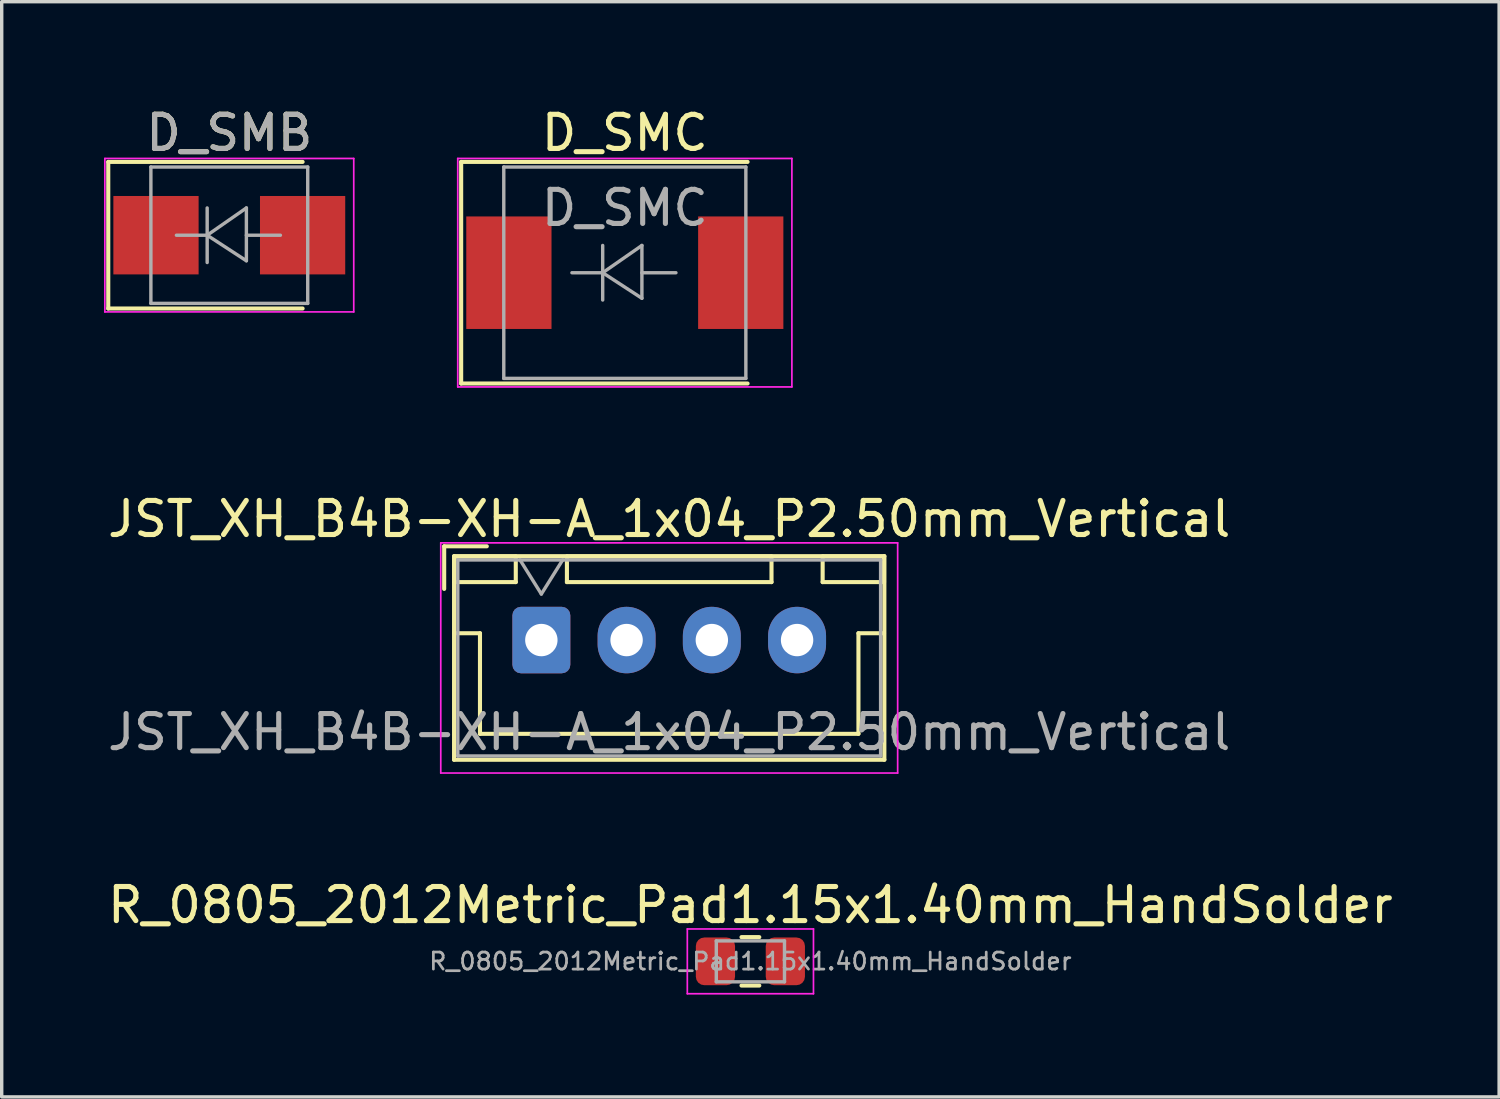
<source format=kicad_pcb>
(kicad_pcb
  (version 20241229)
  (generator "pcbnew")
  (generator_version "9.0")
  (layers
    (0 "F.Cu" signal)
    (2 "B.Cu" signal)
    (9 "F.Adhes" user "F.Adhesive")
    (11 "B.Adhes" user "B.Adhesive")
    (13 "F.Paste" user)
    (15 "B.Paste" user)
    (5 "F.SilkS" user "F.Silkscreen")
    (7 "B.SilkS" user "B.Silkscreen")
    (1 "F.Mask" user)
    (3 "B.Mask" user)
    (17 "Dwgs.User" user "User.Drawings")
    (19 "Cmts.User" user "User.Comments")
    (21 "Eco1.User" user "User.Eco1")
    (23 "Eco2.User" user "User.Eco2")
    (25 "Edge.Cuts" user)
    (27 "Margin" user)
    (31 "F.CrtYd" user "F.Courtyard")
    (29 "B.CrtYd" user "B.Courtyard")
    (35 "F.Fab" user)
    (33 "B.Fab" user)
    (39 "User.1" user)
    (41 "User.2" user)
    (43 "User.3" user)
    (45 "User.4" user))
  (footprint "D_SMC"
    (layer "F.Cu")
    (at 15.275 4.948)
    (property "Reference" "D_SMC" (at 0 -4.1 0) (layer "F.SilkS") (effects (font (size 1 1) (thickness 0.15))))
    (attr smd)
    (fp_line (start -4.8 -3.25) (end 3.6 -3.25) (stroke (width 0.12) (type solid)) (layer "F.SilkS"))
    (fp_line (start -4.8 3.25) (end -4.8 -3.25) (stroke (width 0.12) (type solid)) (layer "F.SilkS"))
    (fp_line (start -4.8 3.25) (end 3.6 3.25) (stroke (width 0.12) (type solid)) (layer "F.SilkS"))
    (fp_line (start -4.9 -3.35) (end 4.9 -3.35) (stroke (width 0.05) (type solid)) (layer "F.CrtYd"))
    (fp_line (start -4.9 3.35) (end -4.9 -3.35) (stroke (width 0.05) (type solid)) (layer "F.CrtYd"))
    (fp_line (start 4.9 -3.35) (end 4.9 3.35) (stroke (width 0.05) (type solid)) (layer "F.CrtYd"))
    (fp_line (start 4.9 3.35) (end -4.9 3.35) (stroke (width 0.05) (type solid)) (layer "F.CrtYd"))
    (fp_line (start -3.55 3.1) (end -3.55 -3.1) (stroke (width 0.1) (type solid)) (layer "F.Fab"))
    (fp_line (start -0.649 -0.799) (end -0.649 0.801) (stroke (width 0.1) (type solid)) (layer "F.Fab"))
    (fp_line (start -0.649 0.001) (end -1.551 0.001) (stroke (width 0.1) (type solid)) (layer "F.Fab"))
    (fp_line (start -0.649 0.001) (end 0.501 -0.799) (stroke (width 0.1) (type solid)) (layer "F.Fab"))
    (fp_line (start -0.649 0.001) (end 0.501 0.75) (stroke (width 0.1) (type solid)) (layer "F.Fab"))
    (fp_line (start 0.501 0.001) (end 1.499 0.001) (stroke (width 0.1) (type solid)) (layer "F.Fab"))
    (fp_line (start 0.501 0.75) (end 0.501 -0.799) (stroke (width 0.1) (type solid)) (layer "F.Fab"))
    (fp_line (start 3.55 -3.1) (end -3.55 -3.1) (stroke (width 0.1) (type solid)) (layer "F.Fab"))
    (fp_line (start 3.55 -3.1) (end 3.55 3.1) (stroke (width 0.1) (type solid)) (layer "F.Fab"))
    (fp_line (start 3.55 3.1) (end -3.55 3.1) (stroke (width 0.1) (type solid)) (layer "F.Fab"))
    (fp_text user "${REFERENCE}" (at 0 -1.9 0) (layer "F.Fab") (effects (font (size 1 1) (thickness 0.15))))
    (pad "1" smd rect (at -3.4 0 90) (size 3.3 2.5) (layers "F.Cu" "F.Mask" "F.Paste"))
    (pad "2" smd rect (at 3.4 0 90) (size 3.3 2.5) (layers "F.Cu" "F.Mask" "F.Paste")))
  (footprint "JST_XH_B4B-XH-A_1x04_P2.50mm_Vertical"
    (layer "F.Cu")
    (at 12.827 15.722)
    (property "Reference" "JST_XH_B4B-XH-A_1x04_P2.50mm_Vertical" (at 3.75 -3.55 0) (layer "F.SilkS") (effects (font (size 1 1) (thickness 0.15))))
    (attr through_hole)
    (fp_line (start -2.85 -2.75) (end -2.85 -1.5) (stroke (width 0.12) (type solid)) (layer "F.SilkS"))
    (fp_line (start -2.56 -2.46) (end -2.56 3.51) (stroke (width 0.12) (type solid)) (layer "F.SilkS"))
    (fp_line (start -2.56 3.51) (end 10.06 3.51) (stroke (width 0.12) (type solid)) (layer "F.SilkS"))
    (fp_line (start -2.55 -2.45) (end -2.55 -1.7) (stroke (width 0.12) (type solid)) (layer "F.SilkS"))
    (fp_line (start -2.55 -1.7) (end -0.75 -1.7) (stroke (width 0.12) (type solid)) (layer "F.SilkS"))
    (fp_line (start -2.55 -0.2) (end -1.8 -0.2) (stroke (width 0.12) (type solid)) (layer "F.SilkS"))
    (fp_line (start -1.8 -0.2) (end -1.8 2.75) (stroke (width 0.12) (type solid)) (layer "F.SilkS"))
    (fp_line (start -1.8 2.75) (end 3.75 2.75) (stroke (width 0.12) (type solid)) (layer "F.SilkS"))
    (fp_line (start -1.6 -2.75) (end -2.85 -2.75) (stroke (width 0.12) (type solid)) (layer "F.SilkS"))
    (fp_line (start -0.75 -2.45) (end -2.55 -2.45) (stroke (width 0.12) (type solid)) (layer "F.SilkS"))
    (fp_line (start -0.75 -1.7) (end -0.75 -2.45) (stroke (width 0.12) (type solid)) (layer "F.SilkS"))
    (fp_line (start 0.75 -2.45) (end 0.75 -1.7) (stroke (width 0.12) (type solid)) (layer "F.SilkS"))
    (fp_line (start 0.75 -1.7) (end 6.75 -1.7) (stroke (width 0.12) (type solid)) (layer "F.SilkS"))
    (fp_line (start 6.75 -2.45) (end 0.75 -2.45) (stroke (width 0.12) (type solid)) (layer "F.SilkS"))
    (fp_line (start 6.75 -1.7) (end 6.75 -2.45) (stroke (width 0.12) (type solid)) (layer "F.SilkS"))
    (fp_line (start 8.25 -2.45) (end 8.25 -1.7) (stroke (width 0.12) (type solid)) (layer "F.SilkS"))
    (fp_line (start 8.25 -1.7) (end 10.05 -1.7) (stroke (width 0.12) (type solid)) (layer "F.SilkS"))
    (fp_line (start 9.3 -0.2) (end 9.3 2.75) (stroke (width 0.12) (type solid)) (layer "F.SilkS"))
    (fp_line (start 9.3 2.75) (end 3.75 2.75) (stroke (width 0.12) (type solid)) (layer "F.SilkS"))
    (fp_line (start 10.05 -2.45) (end 8.25 -2.45) (stroke (width 0.12) (type solid)) (layer "F.SilkS"))
    (fp_line (start 10.05 -1.7) (end 10.05 -2.45) (stroke (width 0.12) (type solid)) (layer "F.SilkS"))
    (fp_line (start 10.05 -0.2) (end 9.3 -0.2) (stroke (width 0.12) (type solid)) (layer "F.SilkS"))
    (fp_line (start 10.06 -2.46) (end -2.56 -2.46) (stroke (width 0.12) (type solid)) (layer "F.SilkS"))
    (fp_line (start 10.06 3.51) (end 10.06 -2.46) (stroke (width 0.12) (type solid)) (layer "F.SilkS"))
    (fp_line (start -2.95 -2.85) (end -2.95 3.9) (stroke (width 0.05) (type solid)) (layer "F.CrtYd"))
    (fp_line (start -2.95 3.9) (end 10.45 3.9) (stroke (width 0.05) (type solid)) (layer "F.CrtYd"))
    (fp_line (start 10.45 -2.85) (end -2.95 -2.85) (stroke (width 0.05) (type solid)) (layer "F.CrtYd"))
    (fp_line (start 10.45 3.9) (end 10.45 -2.85) (stroke (width 0.05) (type solid)) (layer "F.CrtYd"))
    (fp_line (start -2.45 -2.35) (end -2.45 3.4) (stroke (width 0.1) (type solid)) (layer "F.Fab"))
    (fp_line (start -2.45 3.4) (end 9.95 3.4) (stroke (width 0.1) (type solid)) (layer "F.Fab"))
    (fp_line (start -0.625 -2.35) (end 0 -1.35) (stroke (width 0.1) (type solid)) (layer "F.Fab"))
    (fp_line (start 0 -1.35) (end 0.625 -2.35) (stroke (width 0.1) (type solid)) (layer "F.Fab"))
    (fp_line (start 9.95 -2.35) (end -2.45 -2.35) (stroke (width 0.1) (type solid)) (layer "F.Fab"))
    (fp_line (start 9.95 3.4) (end 9.95 -2.35) (stroke (width 0.1) (type solid)) (layer "F.Fab"))
    (fp_text user "${REFERENCE}" (at 3.75 2.7 0) (layer "F.Fab") (effects (font (size 1 1) (thickness 0.15))))
    (pad "1" thru_hole roundrect (at 0 0) (size 1.7 1.95) (drill 0.95) (layers "*.Cu" "*.Mask") (roundrect_rratio 0.147))
    (pad "2" thru_hole oval (at 2.5 0) (size 1.7 1.95) (drill 0.95) (layers "*.Cu" "*.Mask"))
    (pad "3" thru_hole oval (at 5 0) (size 1.7 1.95) (drill 0.95) (layers "*.Cu" "*.Mask"))
    (pad "4" thru_hole oval (at 7.5 0) (size 1.7 1.95) (drill 0.95) (layers "*.Cu" "*.Mask")))
  (footprint "R_0805_2012Metric_Pad1.15x1.40mm_HandSolder"
    (layer "F.Cu")
    (at 18.958 25.145)
    (property "Reference" "R_0805_2012Metric_Pad1.15x1.40mm_HandSolder" (at 0 -1.65 0) (layer "F.SilkS") (effects (font (size 1 1) (thickness 0.15))))
    (attr smd)
    (fp_line (start -0.261 -0.71) (end 0.261 -0.71) (stroke (width 0.12) (type solid)) (layer "F.SilkS"))
    (fp_line (start -0.261 0.71) (end 0.261 0.71) (stroke (width 0.12) (type solid)) (layer "F.SilkS"))
    (fp_line (start -1.85 -0.95) (end 1.85 -0.95) (stroke (width 0.05) (type solid)) (layer "F.CrtYd"))
    (fp_line (start -1.85 0.95) (end -1.85 -0.95) (stroke (width 0.05) (type solid)) (layer "F.CrtYd"))
    (fp_line (start 1.85 -0.95) (end 1.85 0.95) (stroke (width 0.05) (type solid)) (layer "F.CrtYd"))
    (fp_line (start 1.85 0.95) (end -1.85 0.95) (stroke (width 0.05) (type solid)) (layer "F.CrtYd"))
    (fp_line (start -1 -0.6) (end 1 -0.6) (stroke (width 0.1) (type solid)) (layer "F.Fab"))
    (fp_line (start -1 0.6) (end -1 -0.6) (stroke (width 0.1) (type solid)) (layer "F.Fab"))
    (fp_line (start 1 -0.6) (end 1 0.6) (stroke (width 0.1) (type solid)) (layer "F.Fab"))
    (fp_line (start 1 0.6) (end -1 0.6) (stroke (width 0.1) (type solid)) (layer "F.Fab"))
    (fp_text user "${REFERENCE}" (at 0 0 0) (layer "F.Fab") (effects (font (size 0.5 0.5) (thickness 0.08))))
    (pad "1" smd roundrect (at -1.025 0) (size 1.15 1.4) (layers "F.Cu" "F.Mask" "F.Paste") (roundrect_rratio 0.217))
    (pad "2" smd roundrect (at 1.025 0) (size 1.15 1.4) (layers "F.Cu" "F.Mask" "F.Paste") (roundrect_rratio 0.217)))
  (footprint "D_SMB"
    (layer "F.Cu")
    (at 3.675 3.848)
    (property "Reference" "D_SMB" (at 0 -3 0) (layer "F.SilkS") (effects (font (size 1 1) (thickness 0.15))))
    (attr smd)
    (fp_line (start -3.55 -2.15) (end -3.55 2.15) (stroke (width 0.12) (type solid)) (layer "F.SilkS"))
    (fp_line (start -3.55 -2.15) (end 2.15 -2.15) (stroke (width 0.12) (type solid)) (layer "F.SilkS"))
    (fp_line (start -3.55 2.15) (end 2.15 2.15) (stroke (width 0.12) (type solid)) (layer "F.SilkS"))
    (fp_line (start -3.65 -2.25) (end 3.65 -2.25) (stroke (width 0.05) (type solid)) (layer "F.CrtYd"))
    (fp_line (start -3.65 2.25) (end -3.65 -2.25) (stroke (width 0.05) (type solid)) (layer "F.CrtYd"))
    (fp_line (start 3.65 -2.25) (end 3.65 2.25) (stroke (width 0.05) (type solid)) (layer "F.CrtYd"))
    (fp_line (start 3.65 2.25) (end -3.65 2.25) (stroke (width 0.05) (type solid)) (layer "F.CrtYd"))
    (fp_line (start -2.3 2) (end -2.3 -2) (stroke (width 0.1) (type solid)) (layer "F.Fab"))
    (fp_line (start -0.649 -0.799) (end -0.649 0.801) (stroke (width 0.1) (type solid)) (layer "F.Fab"))
    (fp_line (start -0.649 0.001) (end -1.551 0.001) (stroke (width 0.1) (type solid)) (layer "F.Fab"))
    (fp_line (start -0.649 0.001) (end 0.501 -0.799) (stroke (width 0.1) (type solid)) (layer "F.Fab"))
    (fp_line (start -0.649 0.001) (end 0.501 0.75) (stroke (width 0.1) (type solid)) (layer "F.Fab"))
    (fp_line (start 0.501 0.001) (end 1.499 0.001) (stroke (width 0.1) (type solid)) (layer "F.Fab"))
    (fp_line (start 0.501 0.75) (end 0.501 -0.799) (stroke (width 0.1) (type solid)) (layer "F.Fab"))
    (fp_line (start 2.3 -2) (end -2.3 -2) (stroke (width 0.1) (type solid)) (layer "F.Fab"))
    (fp_line (start 2.3 -2) (end 2.3 2) (stroke (width 0.1) (type solid)) (layer "F.Fab"))
    (fp_line (start 2.3 2) (end -2.3 2) (stroke (width 0.1) (type solid)) (layer "F.Fab"))
    (fp_text user "${REFERENCE}" (at 0 -3 0) (layer "F.Fab") (effects (font (size 1 1) (thickness 0.15))))
    (pad "1" smd rect (at -2.15 0) (size 2.5 2.3) (layers "F.Cu" "F.Mask" "F.Paste"))
    (pad "2" smd rect (at 2.15 0) (size 2.5 2.3) (layers "F.Cu" "F.Mask" "F.Paste")))
  (gr_rect
    (start -3 -3)
    (end 40.917 29.12)
    (stroke (width 0.1) (type default))
    (fill no)
    (layer "Edge.Cuts")))
</source>
